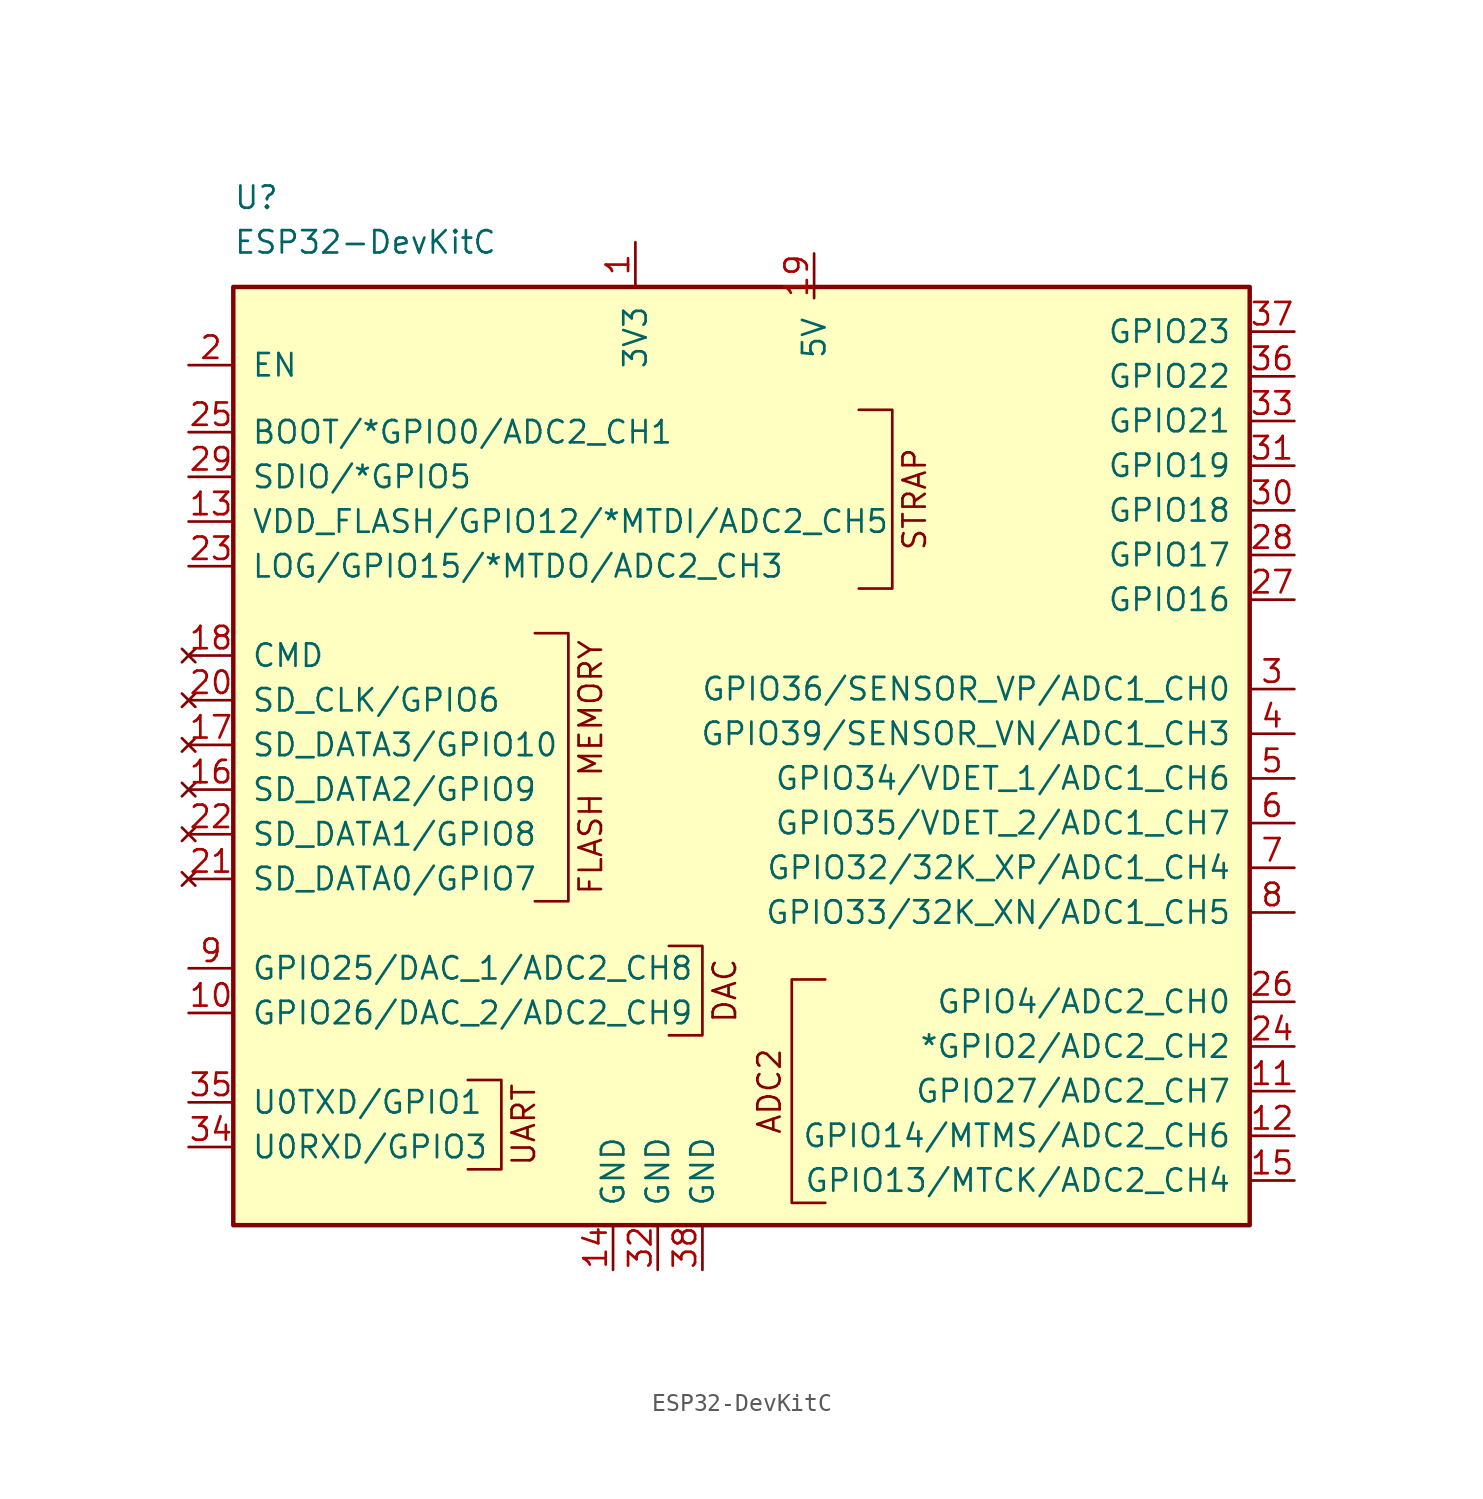
<source format=kicad_sym>
(kicad_symbol_lib
  (version 20211014)
  (generator kicad_symbol_editor)
  (symbol "ESP32-DevKitC"
    (pin_names
      (offset 1.016))
    (property "Reference" "U"
      (at -30.48 30.48 0)
      (effects (font (size 1.27 1.27)) (justify left)))
    (property "Value" "ESP32-DevKitC"
      (at -30.48 27.94 0)
      (effects (font (size 1.27 1.27)) (justify left)))
    (symbol "ESP32-DevKitC_0_0"
      (text "ADC2" (at 0 -20.32 900) (effects (font (size 1.27 1.27))))
      (text "DAC" (at -2.54 -14.605 900) (effects (font (size 1.27 1.27))))
      (text "FLASH MEMORY" (at -10.16 -1.905 900) (effects (font (size 1.27 1.27))))
      (text "STRAP" (at 8.255 13.335 900) (effects (font (size 1.27 1.27))))
      (text "UART" (at -13.97 -22.225 900) (effects (font (size 1.27 1.27))))
      (pin power_in line (at -8.89 -30.48 90) (length 2.54) (name "GND" (effects (font (size 1.27 1.27)))) (number "14" (effects (font (size 1.27 1.27)))))
      (pin power_in line (at 2.54 27.305 270) (length 2.54) (name "5V" (effects (font (size 1.27 1.27)))) (number "19" (effects (font (size 1.27 1.27))))))
    (symbol "ESP32-DevKitC_0_1"
      (rectangle (start -30.48 25.4) (end 27.305 -27.94) (stroke (width 0.254) (type default) (color 0 0 0 0)) (fill (type background)))
      (polyline (pts (xy -17.145 -19.685) (xy -15.24 -19.685) (xy -15.24 -24.765) (xy -17.145 -24.765)) (stroke (width 0) (type default) (color 0 0 0 0)) (fill (type none)))
      (polyline (pts (xy -13.335 5.715) (xy -11.43 5.715) (xy -11.43 -9.525) (xy -13.335 -9.525)) (stroke (width 0) (type default) (color 0 0 0 0)) (fill (type none)))
      (polyline (pts (xy -5.715 -12.065) (xy -3.81 -12.065) (xy -3.81 -17.145) (xy -5.715 -17.145)) (stroke (width 0) (type default) (color 0 0 0 0)) (fill (type none)))
      (polyline (pts (xy 3.175 -13.97) (xy 1.27 -13.97) (xy 1.27 -26.67) (xy 3.175 -26.67)) (stroke (width 0) (type default) (color 0 0 0 0)) (fill (type none)))
      (polyline (pts (xy 5.08 18.415) (xy 6.985 18.415) (xy 6.985 8.255) (xy 5.08 8.255)) (stroke (width 0) (type default) (color 0 0 0 0)) (fill (type none))))
    (symbol "ESP32-DevKitC_1_1"
      (pin power_in line (at -7.62 27.94 270) (length 2.54) (name "3V3" (effects (font (size 1.27 1.27)))) (number "1" (effects (font (size 1.27 1.27)))))
      (pin bidirectional line (at -33.02 -15.875 0) (length 2.54) (name "GPIO26/DAC_2/ADC2_CH9" (effects (font (size 1.27 1.27)))) (number "10" (effects (font (size 1.27 1.27)))))
      (pin bidirectional line (at 29.845 -20.32 180) (length 2.54) (name "GPIO27/ADC2_CH7" (effects (font (size 1.27 1.27)))) (number "11" (effects (font (size 1.27 1.27)))))
      (pin bidirectional line (at 29.845 -22.86 180) (length 2.54) (name "GPIO14/MTMS/ADC2_CH6" (effects (font (size 1.27 1.27)))) (number "12" (effects (font (size 1.27 1.27)))))
      (pin bidirectional line (at -33.02 12.065 0) (length 2.54) (name "VDD_FLASH/GPIO12/*MTDI/ADC2_CH5" (effects (font (size 1.27 1.27)))) (number "13" (effects (font (size 1.27 1.27)))))
      (pin bidirectional line (at 29.845 -25.4 180) (length 2.54) (name "GPIO13/MTCK/ADC2_CH4" (effects (font (size 1.27 1.27)))) (number "15" (effects (font (size 1.27 1.27)))))
      (pin no_connect line (at -33.02 -3.175 0) (length 2.54) (name "SD_DATA2/GPIO9" (effects (font (size 1.27 1.27)))) (number "16" (effects (font (size 1.27 1.27)))))
      (pin no_connect line (at -33.02 -0.635 0) (length 2.54) (name "SD_DATA3/GPIO10" (effects (font (size 1.27 1.27)))) (number "17" (effects (font (size 1.27 1.27)))))
      (pin no_connect line (at -33.02 4.445 0) (length 2.54) (name "CMD" (effects (font (size 1.27 1.27)))) (number "18" (effects (font (size 1.27 1.27)))))
      (pin input line (at -33.02 20.955 0) (length 2.54) (name "EN" (effects (font (size 1.27 1.27)))) (number "2" (effects (font (size 1.27 1.27)))))
      (pin no_connect line (at -33.02 1.905 0) (length 2.54) (name "SD_CLK/GPIO6" (effects (font (size 1.27 1.27)))) (number "20" (effects (font (size 1.27 1.27)))))
      (pin no_connect line (at -33.02 -8.255 0) (length 2.54) (name "SD_DATA0/GPIO7" (effects (font (size 1.27 1.27)))) (number "21" (effects (font (size 1.27 1.27)))))
      (pin no_connect line (at -33.02 -5.715 0) (length 2.54) (name "SD_DATA1/GPIO8" (effects (font (size 1.27 1.27)))) (number "22" (effects (font (size 1.27 1.27)))))
      (pin bidirectional line (at -33.02 9.525 0) (length 2.54) (name "LOG/GPIO15/*MTDO/ADC2_CH3" (effects (font (size 1.27 1.27)))) (number "23" (effects (font (size 1.27 1.27)))))
      (pin bidirectional line (at 29.845 -17.78 180) (length 2.54) (name "*GPIO2/ADC2_CH2" (effects (font (size 1.27 1.27)))) (number "24" (effects (font (size 1.27 1.27)))))
      (pin bidirectional line (at -33.02 17.145 0) (length 2.54) (name "BOOT/*GPIO0/ADC2_CH1" (effects (font (size 1.27 1.27)))) (number "25" (effects (font (size 1.27 1.27)))))
      (pin bidirectional line (at 29.845 -15.24 180) (length 2.54) (name "GPIO4/ADC2_CH0" (effects (font (size 1.27 1.27)))) (number "26" (effects (font (size 1.27 1.27)))))
      (pin bidirectional line (at 29.845 7.62 180) (length 2.54) (name "GPIO16" (effects (font (size 1.27 1.27)))) (number "27" (effects (font (size 1.27 1.27)))))
      (pin bidirectional line (at 29.845 10.16 180) (length 2.54) (name "GPIO17" (effects (font (size 1.27 1.27)))) (number "28" (effects (font (size 1.27 1.27)))))
      (pin bidirectional line (at -33.02 14.605 0) (length 2.54) (name "SDIO/*GPIO5" (effects (font (size 1.27 1.27)))) (number "29" (effects (font (size 1.27 1.27)))))
      (pin input line (at 29.845 2.54 180) (length 2.54) (name "GPIO36/SENSOR_VP/ADC1_CH0" (effects (font (size 1.27 1.27)))) (number "3" (effects (font (size 1.27 1.27)))))
      (pin bidirectional line (at 29.845 12.7 180) (length 2.54) (name "GPIO18" (effects (font (size 1.27 1.27)))) (number "30" (effects (font (size 1.27 1.27)))))
      (pin bidirectional line (at 29.845 15.24 180) (length 2.54) (name "GPIO19" (effects (font (size 1.27 1.27)))) (number "31" (effects (font (size 1.27 1.27)))))
      (pin power_in line (at -6.35 -30.48 90) (length 2.54) (name "GND" (effects (font (size 1.27 1.27)))) (number "32" (effects (font (size 1.27 1.27)))))
      (pin bidirectional line (at 29.845 17.78 180) (length 2.54) (name "GPIO21" (effects (font (size 1.27 1.27)))) (number "33" (effects (font (size 1.27 1.27)))))
      (pin bidirectional line (at -33.02 -23.495 0) (length 2.54) (name "U0RXD/GPIO3" (effects (font (size 1.27 1.27)))) (number "34" (effects (font (size 1.27 1.27)))))
      (pin bidirectional line (at -33.02 -20.955 0) (length 2.54) (name "U0TXD/GPIO1" (effects (font (size 1.27 1.27)))) (number "35" (effects (font (size 1.27 1.27)))))
      (pin bidirectional line (at 29.845 20.32 180) (length 2.54) (name "GPIO22" (effects (font (size 1.27 1.27)))) (number "36" (effects (font (size 1.27 1.27)))))
      (pin bidirectional line (at 29.845 22.86 180) (length 2.54) (name "GPIO23" (effects (font (size 1.27 1.27)))) (number "37" (effects (font (size 1.27 1.27)))))
      (pin power_in line (at -3.81 -30.48 90) (length 2.54) (name "GND" (effects (font (size 1.27 1.27)))) (number "38" (effects (font (size 1.27 1.27)))))
      (pin input line (at 29.845 0 180) (length 2.54) (name "GPIO39/SENSOR_VN/ADC1_CH3" (effects (font (size 1.27 1.27)))) (number "4" (effects (font (size 1.27 1.27)))))
      (pin input line (at 29.845 -2.54 180) (length 2.54) (name "GPIO34/VDET_1/ADC1_CH6" (effects (font (size 1.27 1.27)))) (number "5" (effects (font (size 1.27 1.27)))))
      (pin input line (at 29.845 -5.08 180) (length 2.54) (name "GPIO35/VDET_2/ADC1_CH7" (effects (font (size 1.27 1.27)))) (number "6" (effects (font (size 1.27 1.27)))))
      (pin bidirectional line (at 29.845 -7.62 180) (length 2.54) (name "GPIO32/32K_XP/ADC1_CH4" (effects (font (size 1.27 1.27)))) (number "7" (effects (font (size 1.27 1.27)))))
      (pin bidirectional line (at 29.845 -10.16 180) (length 2.54) (name "GPIO33/32K_XN/ADC1_CH5" (effects (font (size 1.27 1.27)))) (number "8" (effects (font (size 1.27 1.27)))))
      (pin bidirectional line (at -33.02 -13.335 0) (length 2.54) (name "GPIO25/DAC_1/ADC2_CH8" (effects (font (size 1.27 1.27)))) (number "9" (effects (font (size 1.27 1.27))))))))
</source>
